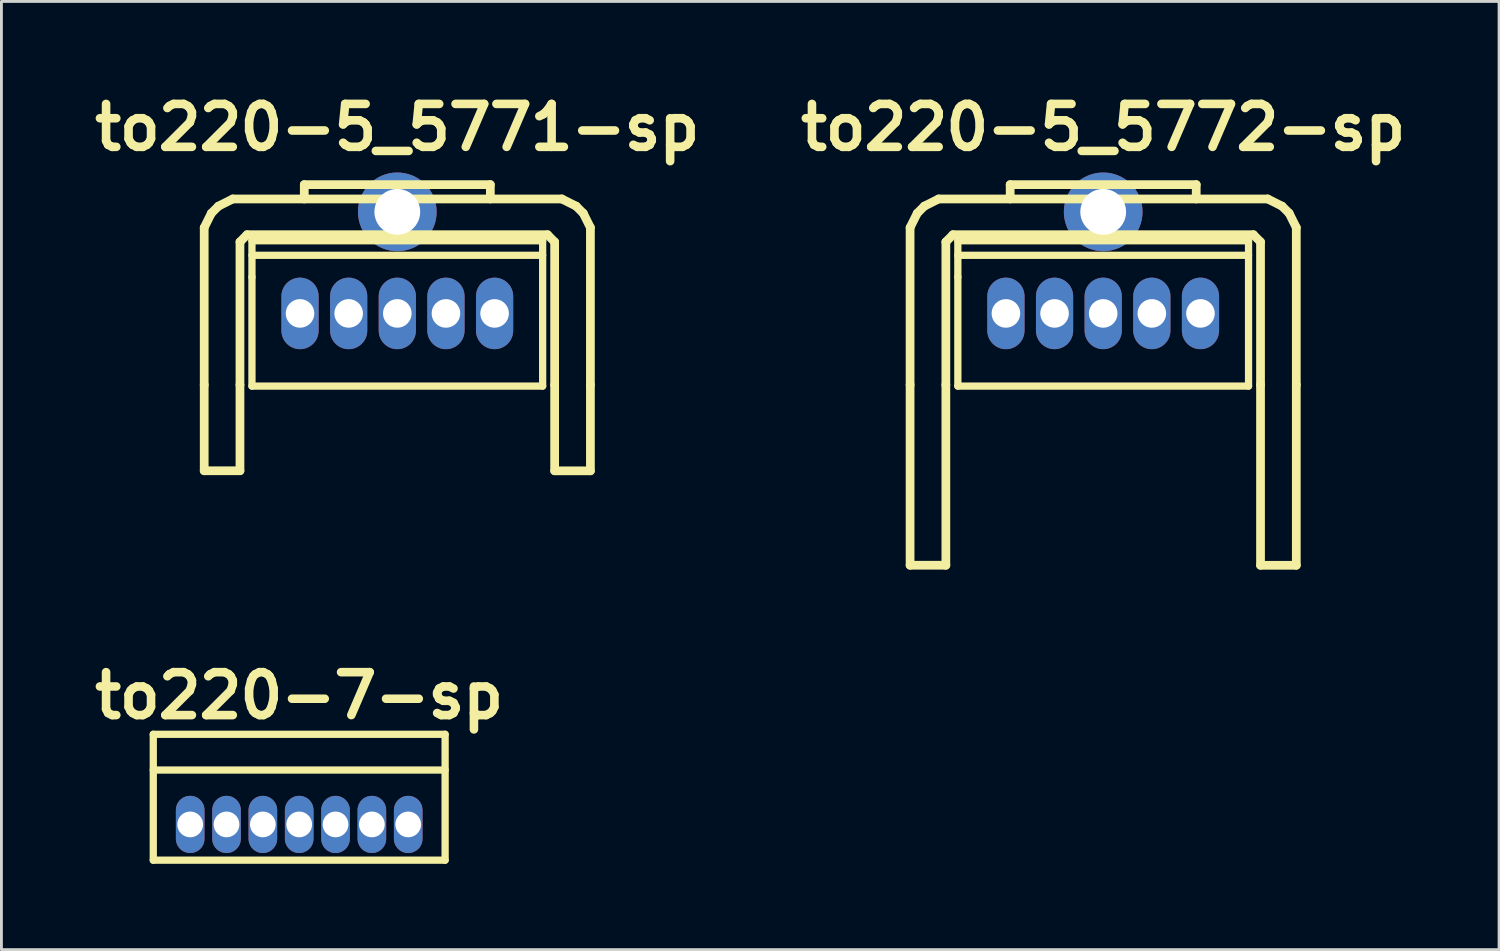
<source format=kicad_pcb>
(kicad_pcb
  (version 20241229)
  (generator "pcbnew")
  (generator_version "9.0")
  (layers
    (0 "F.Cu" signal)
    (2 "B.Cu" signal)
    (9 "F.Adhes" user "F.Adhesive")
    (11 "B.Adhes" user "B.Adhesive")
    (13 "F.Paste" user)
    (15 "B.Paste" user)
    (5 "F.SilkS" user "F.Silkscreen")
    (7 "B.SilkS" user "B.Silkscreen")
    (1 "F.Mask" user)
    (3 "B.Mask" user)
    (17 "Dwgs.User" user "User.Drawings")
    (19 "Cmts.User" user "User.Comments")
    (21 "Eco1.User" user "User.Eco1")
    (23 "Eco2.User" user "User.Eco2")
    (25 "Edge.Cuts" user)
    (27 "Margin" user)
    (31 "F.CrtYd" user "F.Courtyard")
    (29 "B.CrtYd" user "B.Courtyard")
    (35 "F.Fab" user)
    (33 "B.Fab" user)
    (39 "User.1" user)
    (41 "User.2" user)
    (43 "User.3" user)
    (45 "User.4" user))
  (footprint "to220-7-sp"
    (layer "F.Cu")
    (at 7.407 25.764)
    (property "Reference" "to220-7-sp" (at 0 -4.5 0) (layer "F.SilkS") (effects (font (size 1.5 1.5) (thickness 0.3))))
    (attr through_hole)
    (fp_line (start -5.1 -3.15) (end -5.1 1.25) (stroke (width 0.254) (type solid)) (layer "F.SilkS"))
    (fp_line (start -5.1 -1.9) (end 5.1 -1.9) (stroke (width 0.254) (type solid)) (layer "F.SilkS"))
    (fp_line (start -5.1 1.25) (end 5.1 1.25) (stroke (width 0.254) (type solid)) (layer "F.SilkS"))
    (fp_line (start 5.1 -3.15) (end -5.1 -3.15) (stroke (width 0.254) (type solid)) (layer "F.SilkS"))
    (fp_line (start 5.1 1.25) (end 5.1 -3.15) (stroke (width 0.254) (type solid)) (layer "F.SilkS"))
    (pad "1" thru_hole oval (at -3.81 0) (size 1 2) (drill 0.9) (layers "*.Cu" "*.Mask"))
    (pad "2" thru_hole oval (at -2.54 0) (size 1 2) (drill 0.9) (layers "*.Cu" "*.Mask"))
    (pad "3" thru_hole oval (at -1.27 0) (size 1 2) (drill 0.9) (layers "*.Cu" "*.Mask"))
    (pad "4" thru_hole oval (at 0 0) (size 1 2) (drill 0.9) (layers "*.Cu" "*.Mask"))
    (pad "5" thru_hole oval (at 1.27 0) (size 1 2) (drill 0.9) (layers "*.Cu" "*.Mask"))
    (pad "6" thru_hole oval (at 2.54 0) (size 1 2) (drill 0.9) (layers "*.Cu" "*.Mask"))
    (pad "7" thru_hole oval (at 3.81 0) (size 1 2) (drill 0.9) (layers "*.Cu" "*.Mask")))
  (footprint "to220-5_5771-sp"
    (layer "F.Cu")
    (at 10.836 7.904)
    (property "Reference" "to220-5_5771-sp" (at 0 -6.5 0) (layer "F.SilkS") (effects (font (size 1.5 1.5) (thickness 0.3))))
    (attr through_hole)
    (fp_line (start -6.749 -3) (end -6.5 -3.5) (stroke (width 0.305) (type solid)) (layer "F.SilkS"))
    (fp_line (start -6.749 2.499) (end -6.749 -3) (stroke (width 0.305) (type solid)) (layer "F.SilkS"))
    (fp_line (start -6.749 2.499) (end -6.749 5.499) (stroke (width 0.305) (type solid)) (layer "F.SilkS"))
    (fp_line (start -6.5 -3.5) (end -6.251 -3.749) (stroke (width 0.305) (type solid)) (layer "F.SilkS"))
    (fp_line (start -6.251 -3.749) (end -5.751 -4) (stroke (width 0.305) (type solid)) (layer "F.SilkS"))
    (fp_line (start -5.499 -2.499) (end -5.25 -2.751) (stroke (width 0.305) (type solid)) (layer "F.SilkS"))
    (fp_line (start -5.499 2.499) (end -5.499 -2.499) (stroke (width 0.305) (type solid)) (layer "F.SilkS"))
    (fp_line (start -5.499 2.499) (end -5.499 5.499) (stroke (width 0.305) (type solid)) (layer "F.SilkS"))
    (fp_line (start -5.499 5.499) (end -6.749 5.499) (stroke (width 0.305) (type solid)) (layer "F.SilkS"))
    (fp_line (start -5.25 -2.751) (end 5.25 -2.751) (stroke (width 0.305) (type solid)) (layer "F.SilkS"))
    (fp_line (start -5.08 -2.54) (end -5.08 -1.27) (stroke (width 0.254) (type solid)) (layer "F.SilkS"))
    (fp_line (start -5.08 -2.032) (end 5.08 -2.032) (stroke (width 0.254) (type solid)) (layer "F.SilkS"))
    (fp_line (start -5.08 -1.27) (end -5.08 2.54) (stroke (width 0.254) (type solid)) (layer "F.SilkS"))
    (fp_line (start -5.08 2.54) (end 5.08 2.54) (stroke (width 0.254) (type solid)) (layer "F.SilkS"))
    (fp_line (start -3.251 -4.501) (end 3.251 -4.501) (stroke (width 0.305) (type solid)) (layer "F.SilkS"))
    (fp_line (start -3.251 -4) (end -3.251 -4.501) (stroke (width 0.305) (type solid)) (layer "F.SilkS"))
    (fp_line (start 3.251 -4.501) (end 3.251 -4) (stroke (width 0.305) (type solid)) (layer "F.SilkS"))
    (fp_line (start 5.08 -2.54) (end -5.08 -2.54) (stroke (width 0.254) (type solid)) (layer "F.SilkS"))
    (fp_line (start 5.08 2.54) (end 5.08 -2.54) (stroke (width 0.254) (type solid)) (layer "F.SilkS"))
    (fp_line (start 5.25 -2.751) (end 5.499 -2.499) (stroke (width 0.305) (type solid)) (layer "F.SilkS"))
    (fp_line (start 5.499 2.499) (end 5.499 -2.499) (stroke (width 0.305) (type solid)) (layer "F.SilkS"))
    (fp_line (start 5.499 2.499) (end 5.499 5.499) (stroke (width 0.305) (type solid)) (layer "F.SilkS"))
    (fp_line (start 5.751 -4) (end -5.751 -4) (stroke (width 0.305) (type solid)) (layer "F.SilkS"))
    (fp_line (start 5.751 -4) (end 6.251 -3.749) (stroke (width 0.305) (type solid)) (layer "F.SilkS"))
    (fp_line (start 6.251 -3.749) (end 6.5 -3.5) (stroke (width 0.305) (type solid)) (layer "F.SilkS"))
    (fp_line (start 6.5 -3.5) (end 6.749 -3) (stroke (width 0.305) (type solid)) (layer "F.SilkS"))
    (fp_line (start 6.749 2.499) (end 6.749 -3) (stroke (width 0.305) (type solid)) (layer "F.SilkS"))
    (fp_line (start 6.749 2.499) (end 6.749 5.499) (stroke (width 0.305) (type solid)) (layer "F.SilkS"))
    (fp_line (start 6.749 5.502) (end 5.499 5.502) (stroke (width 0.305) (type solid)) (layer "F.SilkS"))
    (pad "" thru_hole circle (at 0 -3.55) (size 2.75 2.75) (drill 1.6) (layers "*.Cu" "*.Mask"))
    (pad "1" thru_hole oval (at -3.4 0) (size 1.3 2.5) (drill 1) (layers "*.Cu" "*.Mask"))
    (pad "2" thru_hole oval (at -1.7 0) (size 1.3 2.5) (drill 1) (layers "*.Cu" "*.Mask"))
    (pad "3" thru_hole oval (at 0 0) (size 1.3 2.5) (drill 1) (layers "*.Cu" "*.Mask"))
    (pad "4" thru_hole oval (at 1.7 0) (size 1.3 2.5) (drill 1) (layers "*.Cu" "*.Mask"))
    (pad "5" thru_hole oval (at 3.4 0) (size 1.3 2.5) (drill 1) (layers "*.Cu" "*.Mask")))
  (footprint "to220-5_5772-sp"
    (layer "F.Cu")
    (at 35.507 7.904)
    (property "Reference" "to220-5_5772-sp" (at 0 -6.5 0) (layer "F.SilkS") (effects (font (size 1.5 1.5) (thickness 0.3))))
    (attr through_hole)
    (fp_line (start -6.749 -3) (end -6.5 -3.5) (stroke (width 0.305) (type solid)) (layer "F.SilkS"))
    (fp_line (start -6.749 2.499) (end -6.749 -3) (stroke (width 0.305) (type solid)) (layer "F.SilkS"))
    (fp_line (start -6.749 2.499) (end -6.749 8.801) (stroke (width 0.305) (type solid)) (layer "F.SilkS"))
    (fp_line (start -6.5 -3.5) (end -6.251 -3.749) (stroke (width 0.305) (type solid)) (layer "F.SilkS"))
    (fp_line (start -6.251 -3.749) (end -5.751 -4) (stroke (width 0.305) (type solid)) (layer "F.SilkS"))
    (fp_line (start -5.499 -2.499) (end -5.25 -2.751) (stroke (width 0.305) (type solid)) (layer "F.SilkS"))
    (fp_line (start -5.499 2.499) (end -5.499 -2.499) (stroke (width 0.305) (type solid)) (layer "F.SilkS"))
    (fp_line (start -5.499 8.801) (end -6.749 8.801) (stroke (width 0.305) (type solid)) (layer "F.SilkS"))
    (fp_line (start -5.499 8.801) (end -5.499 2.499) (stroke (width 0.305) (type solid)) (layer "F.SilkS"))
    (fp_line (start -5.25 -2.751) (end 5.25 -2.751) (stroke (width 0.305) (type solid)) (layer "F.SilkS"))
    (fp_line (start -5.08 -2.54) (end -5.08 -1.27) (stroke (width 0.254) (type solid)) (layer "F.SilkS"))
    (fp_line (start -5.08 -2.032) (end 5.08 -2.032) (stroke (width 0.254) (type solid)) (layer "F.SilkS"))
    (fp_line (start -5.08 -1.27) (end -5.08 2.54) (stroke (width 0.254) (type solid)) (layer "F.SilkS"))
    (fp_line (start -5.08 2.54) (end 5.08 2.54) (stroke (width 0.254) (type solid)) (layer "F.SilkS"))
    (fp_line (start -3.251 -4.501) (end 3.251 -4.501) (stroke (width 0.305) (type solid)) (layer "F.SilkS"))
    (fp_line (start -3.251 -4) (end -3.251 -4.501) (stroke (width 0.305) (type solid)) (layer "F.SilkS"))
    (fp_line (start 3.251 -4.501) (end 3.251 -4) (stroke (width 0.305) (type solid)) (layer "F.SilkS"))
    (fp_line (start 5.08 -2.54) (end -5.08 -2.54) (stroke (width 0.254) (type solid)) (layer "F.SilkS"))
    (fp_line (start 5.08 2.54) (end 5.08 -2.54) (stroke (width 0.254) (type solid)) (layer "F.SilkS"))
    (fp_line (start 5.25 -2.751) (end 5.499 -2.499) (stroke (width 0.305) (type solid)) (layer "F.SilkS"))
    (fp_line (start 5.499 2.499) (end 5.499 -2.499) (stroke (width 0.305) (type solid)) (layer "F.SilkS"))
    (fp_line (start 5.499 8.801) (end 5.499 2.499) (stroke (width 0.305) (type solid)) (layer "F.SilkS"))
    (fp_line (start 5.751 -4) (end -5.751 -4) (stroke (width 0.305) (type solid)) (layer "F.SilkS"))
    (fp_line (start 5.751 -4) (end 6.251 -3.749) (stroke (width 0.305) (type solid)) (layer "F.SilkS"))
    (fp_line (start 6.251 -3.749) (end 6.5 -3.5) (stroke (width 0.305) (type solid)) (layer "F.SilkS"))
    (fp_line (start 6.5 -3.5) (end 6.749 -3) (stroke (width 0.305) (type solid)) (layer "F.SilkS"))
    (fp_line (start 6.749 2.499) (end 6.749 -3) (stroke (width 0.305) (type solid)) (layer "F.SilkS"))
    (fp_line (start 6.749 2.499) (end 6.749 8.801) (stroke (width 0.305) (type solid)) (layer "F.SilkS"))
    (fp_line (start 6.749 8.804) (end 5.499 8.804) (stroke (width 0.305) (type solid)) (layer "F.SilkS"))
    (pad "" thru_hole circle (at 0 -3.55) (size 2.75 2.75) (drill 1.6) (layers "*.Cu" "*.Mask"))
    (pad "1" thru_hole oval (at -3.4 0) (size 1.3 2.5) (drill 1) (layers "*.Cu" "*.Mask"))
    (pad "2" thru_hole oval (at -1.7 0) (size 1.3 2.5) (drill 1) (layers "*.Cu" "*.Mask"))
    (pad "3" thru_hole oval (at 0 0) (size 1.3 2.5) (drill 1) (layers "*.Cu" "*.Mask"))
    (pad "4" thru_hole oval (at 1.7 0) (size 1.3 2.5) (drill 1) (layers "*.Cu" "*.Mask"))
    (pad "5" thru_hole oval (at 3.4 0) (size 1.3 2.5) (drill 1) (layers "*.Cu" "*.Mask")))
  (gr_rect
    (start -3 -3)
    (end 49.343 30.141)
    (stroke (width 0.1) (type default))
    (fill no)
    (layer "Edge.Cuts")))
</source>
